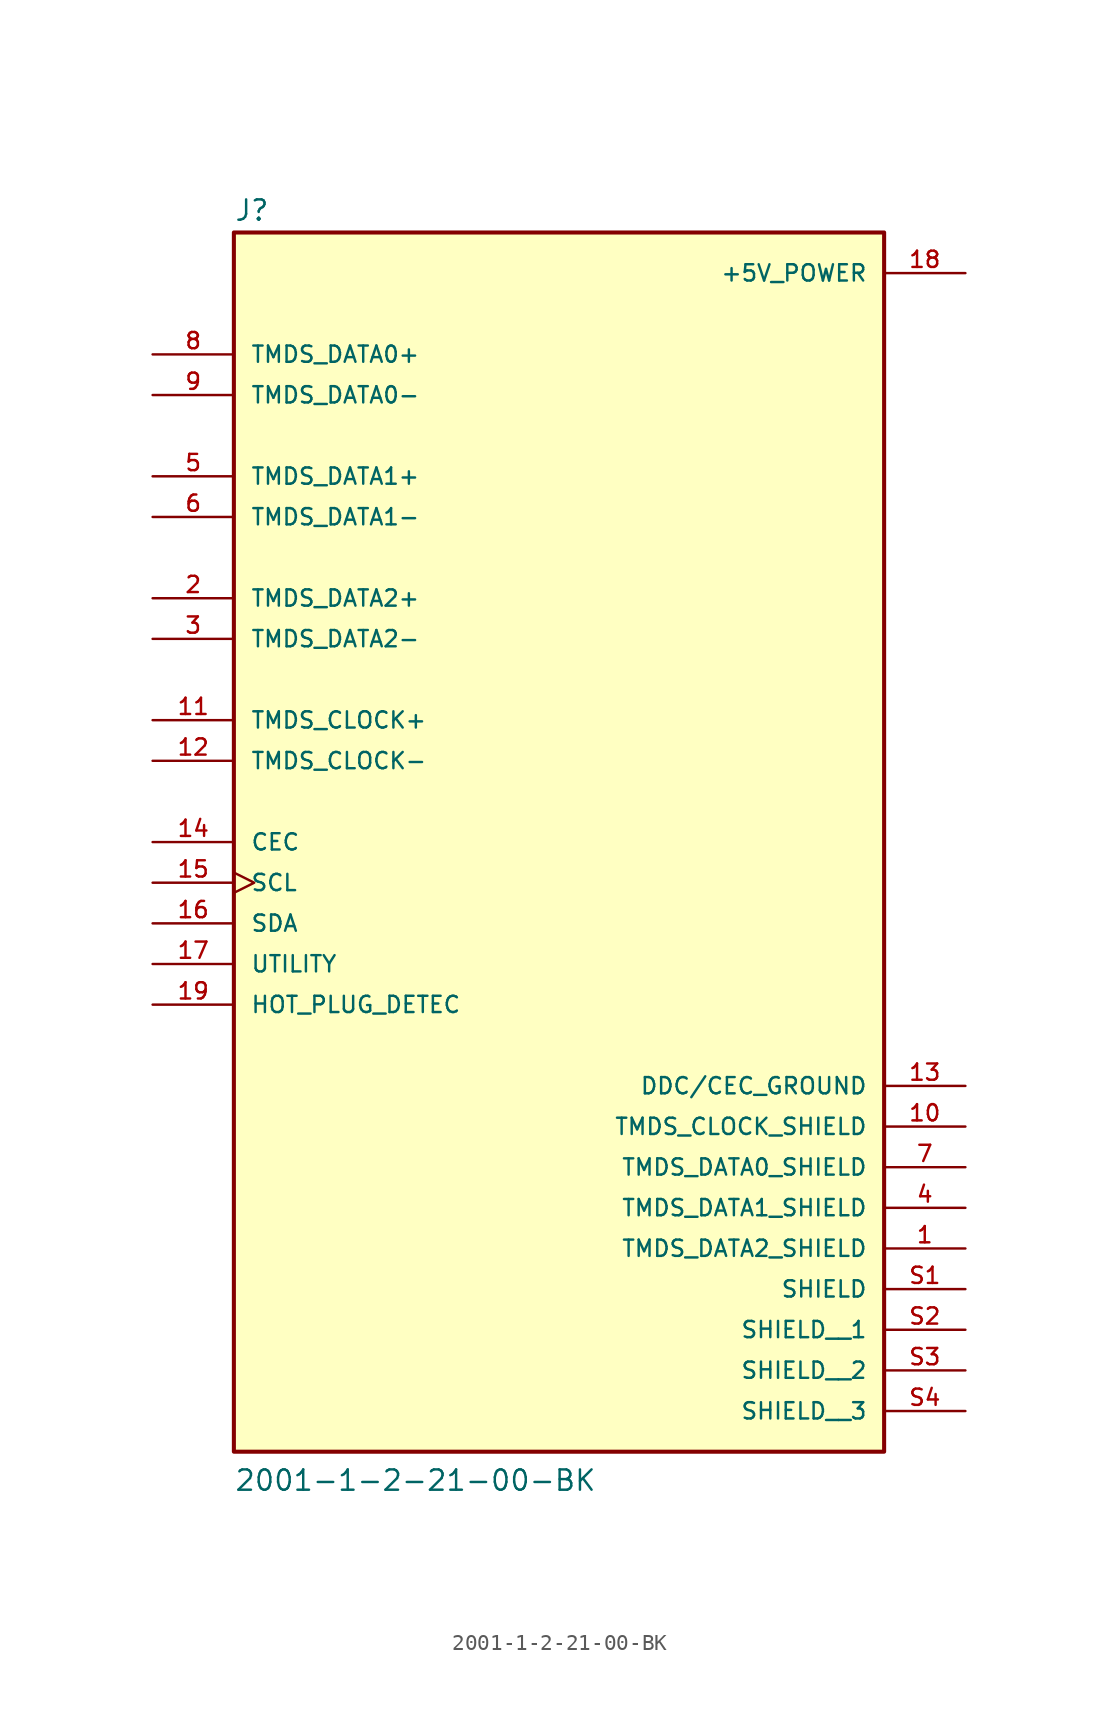
<source format=kicad_sym>
(kicad_symbol_lib
  (version 20211014)
  (generator kicad_symbol_editor)
  (symbol "2001-1-2-21-00-BK"
    (pin_names
      (offset 1.016))
    (property "Reference" "J"
      (at -20.32 36.195 0)
      (effects (font (size 1.27 1.27)) (justify bottom left)))
    (property "Value" "2001-1-2-21-00-BK"
      (at -20.32 -43.18 0)
      (effects (font (size 1.27 1.27)) (justify bottom left)))
    (symbol "2001-1-2-21-00-BK_0_0"
      (rectangle (start -20.32 -40.64) (end 20.32 35.56) (stroke (width 0.254)) (fill (type background)))
      (pin power_in line (at 25.4 -27.94 180.0) (length 5.08) (name "TMDS_DATA2_SHIELD" (effects (font (size 1.016 1.016)))) (number "1" (effects (font (size 1.016 1.016)))))
      (pin bidirectional line (at -25.4 12.7 0) (length 5.08) (name "TMDS_DATA2+" (effects (font (size 1.016 1.016)))) (number "2" (effects (font (size 1.016 1.016)))))
      (pin bidirectional line (at -25.4 10.16 0) (length 5.08) (name "TMDS_DATA2-" (effects (font (size 1.016 1.016)))) (number "3" (effects (font (size 1.016 1.016)))))
      (pin power_in line (at 25.4 -25.4 180.0) (length 5.08) (name "TMDS_DATA1_SHIELD" (effects (font (size 1.016 1.016)))) (number "4" (effects (font (size 1.016 1.016)))))
      (pin bidirectional line (at -25.4 20.32 0) (length 5.08) (name "TMDS_DATA1+" (effects (font (size 1.016 1.016)))) (number "5" (effects (font (size 1.016 1.016)))))
      (pin bidirectional line (at -25.4 17.78 0) (length 5.08) (name "TMDS_DATA1-" (effects (font (size 1.016 1.016)))) (number "6" (effects (font (size 1.016 1.016)))))
      (pin power_in line (at 25.4 -22.86 180.0) (length 5.08) (name "TMDS_DATA0_SHIELD" (effects (font (size 1.016 1.016)))) (number "7" (effects (font (size 1.016 1.016)))))
      (pin bidirectional line (at -25.4 27.94 0) (length 5.08) (name "TMDS_DATA0+" (effects (font (size 1.016 1.016)))) (number "8" (effects (font (size 1.016 1.016)))))
      (pin bidirectional line (at -25.4 25.4 0) (length 5.08) (name "TMDS_DATA0-" (effects (font (size 1.016 1.016)))) (number "9" (effects (font (size 1.016 1.016)))))
      (pin power_in line (at 25.4 -20.32 180.0) (length 5.08) (name "TMDS_CLOCK_SHIELD" (effects (font (size 1.016 1.016)))) (number "10" (effects (font (size 1.016 1.016)))))
      (pin bidirectional line (at -25.4 5.08 0) (length 5.08) (name "TMDS_CLOCK+" (effects (font (size 1.016 1.016)))) (number "11" (effects (font (size 1.016 1.016)))))
      (pin bidirectional line (at -25.4 2.54 0) (length 5.08) (name "TMDS_CLOCK-" (effects (font (size 1.016 1.016)))) (number "12" (effects (font (size 1.016 1.016)))))
      (pin power_in line (at 25.4 -17.78 180.0) (length 5.08) (name "DDC/CEC_GROUND" (effects (font (size 1.016 1.016)))) (number "13" (effects (font (size 1.016 1.016)))))
      (pin bidirectional line (at -25.4 -2.54 0) (length 5.08) (name "CEC" (effects (font (size 1.016 1.016)))) (number "14" (effects (font (size 1.016 1.016)))))
      (pin bidirectional clock (at -25.4 -5.08 0) (length 5.08) (name "SCL" (effects (font (size 1.016 1.016)))) (number "15" (effects (font (size 1.016 1.016)))))
      (pin bidirectional line (at -25.4 -7.62 0) (length 5.08) (name "SDA" (effects (font (size 1.016 1.016)))) (number "16" (effects (font (size 1.016 1.016)))))
      (pin bidirectional line (at -25.4 -10.16 0) (length 5.08) (name "UTILITY" (effects (font (size 1.016 1.016)))) (number "17" (effects (font (size 1.016 1.016)))))
      (pin power_in line (at 25.4 33.02 180.0) (length 5.08) (name "+5V_POWER" (effects (font (size 1.016 1.016)))) (number "18" (effects (font (size 1.016 1.016)))))
      (pin bidirectional line (at -25.4 -12.7 0) (length 5.08) (name "HOT_PLUG_DETEC" (effects (font (size 1.016 1.016)))) (number "19" (effects (font (size 1.016 1.016)))))
      (pin power_in line (at 25.4 -30.48 180.0) (length 5.08) (name "SHIELD" (effects (font (size 1.016 1.016)))) (number "S1" (effects (font (size 1.016 1.016)))))
      (pin power_in line (at 25.4 -33.02 180.0) (length 5.08) (name "SHIELD__1" (effects (font (size 1.016 1.016)))) (number "S2" (effects (font (size 1.016 1.016)))))
      (pin power_in line (at 25.4 -35.56 180.0) (length 5.08) (name "SHIELD__2" (effects (font (size 1.016 1.016)))) (number "S3" (effects (font (size 1.016 1.016)))))
      (pin power_in line (at 25.4 -38.1 180.0) (length 5.08) (name "SHIELD__3" (effects (font (size 1.016 1.016)))) (number "S4" (effects (font (size 1.016 1.016))))))))
</source>
